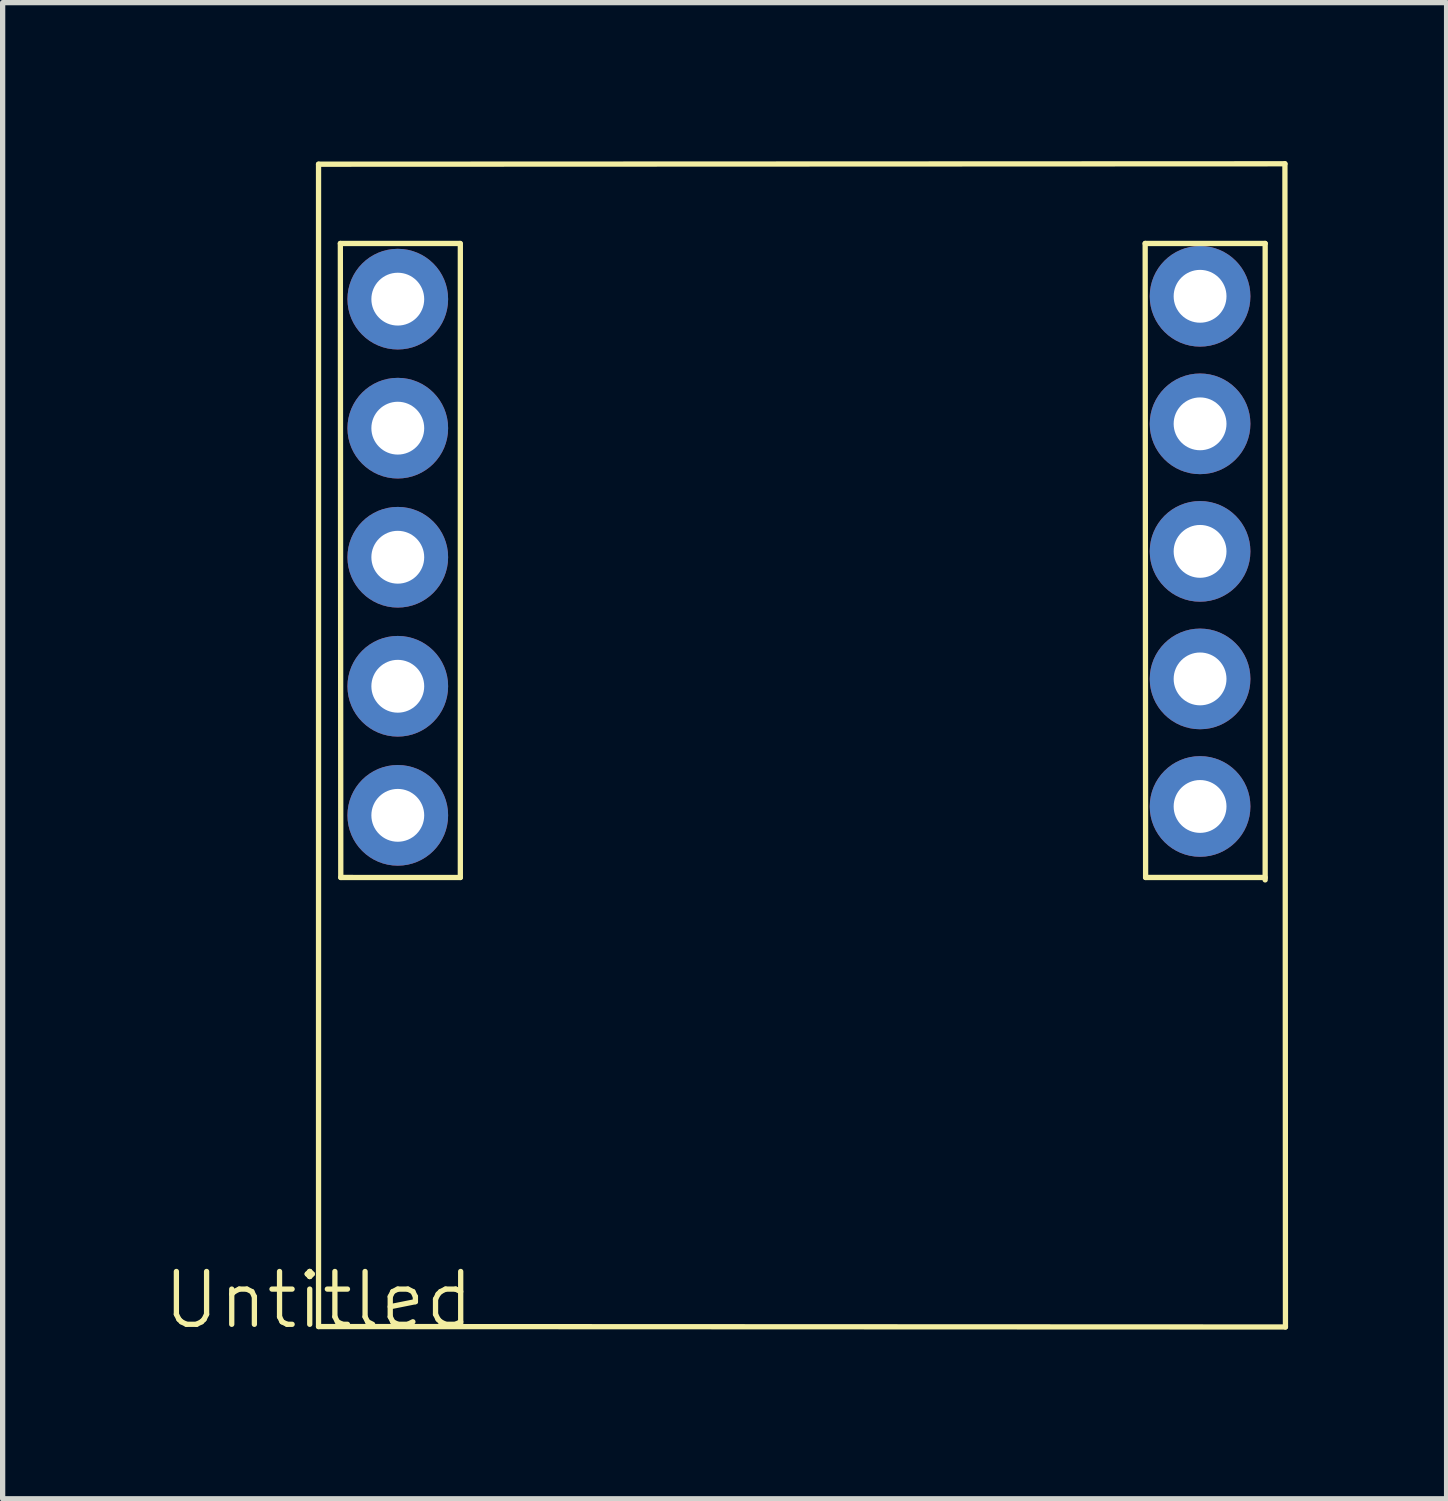
<source format=kicad_pcb>
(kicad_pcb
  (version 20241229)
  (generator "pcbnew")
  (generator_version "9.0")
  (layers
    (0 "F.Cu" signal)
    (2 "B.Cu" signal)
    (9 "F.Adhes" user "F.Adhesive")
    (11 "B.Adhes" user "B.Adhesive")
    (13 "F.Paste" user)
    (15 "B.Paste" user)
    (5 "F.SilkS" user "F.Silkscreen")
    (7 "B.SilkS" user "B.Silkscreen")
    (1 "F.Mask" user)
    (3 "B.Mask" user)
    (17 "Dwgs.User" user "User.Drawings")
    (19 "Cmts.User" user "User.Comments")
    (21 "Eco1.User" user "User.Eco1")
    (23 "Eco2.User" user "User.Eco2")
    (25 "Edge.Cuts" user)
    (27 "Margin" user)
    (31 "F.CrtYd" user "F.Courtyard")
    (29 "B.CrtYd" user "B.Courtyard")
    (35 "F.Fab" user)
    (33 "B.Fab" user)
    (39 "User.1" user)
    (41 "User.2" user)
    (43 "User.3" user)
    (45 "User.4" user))
  (footprint "Untitled"
    (layer "F.Cu")
    (at 2.979 22.058)
    (property "Reference" "Untitled" (at 0 -0.5 0) (unlocked yes) (layer "F.SilkS") (effects (font (size 1 1) (thickness 0.1))))
    (attr smd)
    (fp_line (start 0 -22) (end 0 0) (stroke (width 0.1) (type default)) (layer "F.SilkS"))
    (fp_line (start 0 0) (end 18.301 0.008) (stroke (width 0.1) (type default)) (layer "F.SilkS"))
    (fp_line (start 0.413 -20.5) (end 0.421 -8.5) (stroke (width 0.1) (type default)) (layer "F.SilkS"))
    (fp_line (start 2.676 -20.5) (end 0.413 -20.5) (stroke (width 0.1) (type default)) (layer "F.SilkS"))
    (fp_line (start 2.684 -20.5) (end 2.684 -8.5) (stroke (width 0.1) (type default)) (layer "F.SilkS"))
    (fp_line (start 2.684 -8.499) (end 0.421 -8.5) (stroke (width 0.1) (type default)) (layer "F.SilkS"))
    (fp_line (start 15.646 -20.5) (end 15.654 -8.5) (stroke (width 0.1) (type default)) (layer "F.SilkS"))
    (fp_line (start 15.646 -20.5) (end 17.917 -20.5) (stroke (width 0.1) (type default)) (layer "F.SilkS"))
    (fp_line (start 17.917 -20.5) (end 17.917 -8.454) (stroke (width 0.1) (type default)) (layer "F.SilkS"))
    (fp_line (start 17.917 -8.5) (end 15.654 -8.5) (stroke (width 0.1) (type default)) (layer "F.SilkS"))
    (fp_line (start 18.291 -22.008) (end 0 -22) (stroke (width 0.1) (type default)) (layer "F.SilkS"))
    (fp_line (start 18.301 0.008) (end 18.291 -22.008) (stroke (width 0.1) (type default)) (layer "F.SilkS"))
    (pad "GND" thru_hole circle (at 1.5 -9.676) (size 1.905 1.905) (drill 1) (layers "*.Cu" "*.Mask"))
    (pad "INT" thru_hole circle (at 16.685 -12.258) (size 1.905 1.905) (drill 1) (layers "*.Cu" "*.Mask"))
    (pad "PPS" thru_hole circle (at 1.5 -19.446) (size 1.905 1.905) (drill 1) (layers "*.Cu" "*.Mask"))
    (pad "RST" thru_hole circle (at 16.685 -9.844) (size 1.905 1.905) (drill 1) (layers "*.Cu" "*.Mask"))
    (pad "RX" thru_hole circle (at 1.5 -14.561) (size 1.905 1.905) (drill 1) (layers "*.Cu" "*.Mask"))
    (pad "SBOOT" thru_hole circle (at 16.685 -14.672) (size 1.905 1.905) (drill 1) (layers "*.Cu" "*.Mask"))
    (pad "SCL" thru_hole circle (at 16.685 -17.086) (size 1.905 1.905) (drill 1) (layers "*.Cu" "*.Mask"))
    (pad "SDA" thru_hole circle (at 16.685 -19.5) (size 1.905 1.905) (drill 1) (layers "*.Cu" "*.Mask"))
    (pad "TX" thru_hole circle (at 1.5 -17.004) (size 1.905 1.905) (drill 1) (layers "*.Cu" "*.Mask"))
    (pad "VCC" thru_hole circle (at 1.5 -12.119) (size 1.905 1.905) (drill 1) (layers "*.Cu" "*.Mask")))
  (gr_rect
    (start -3 -3)
    (end 24.33 25.318)
    (stroke (width 0.1) (type default))
    (fill no)
    (layer "Edge.Cuts")))
</source>
